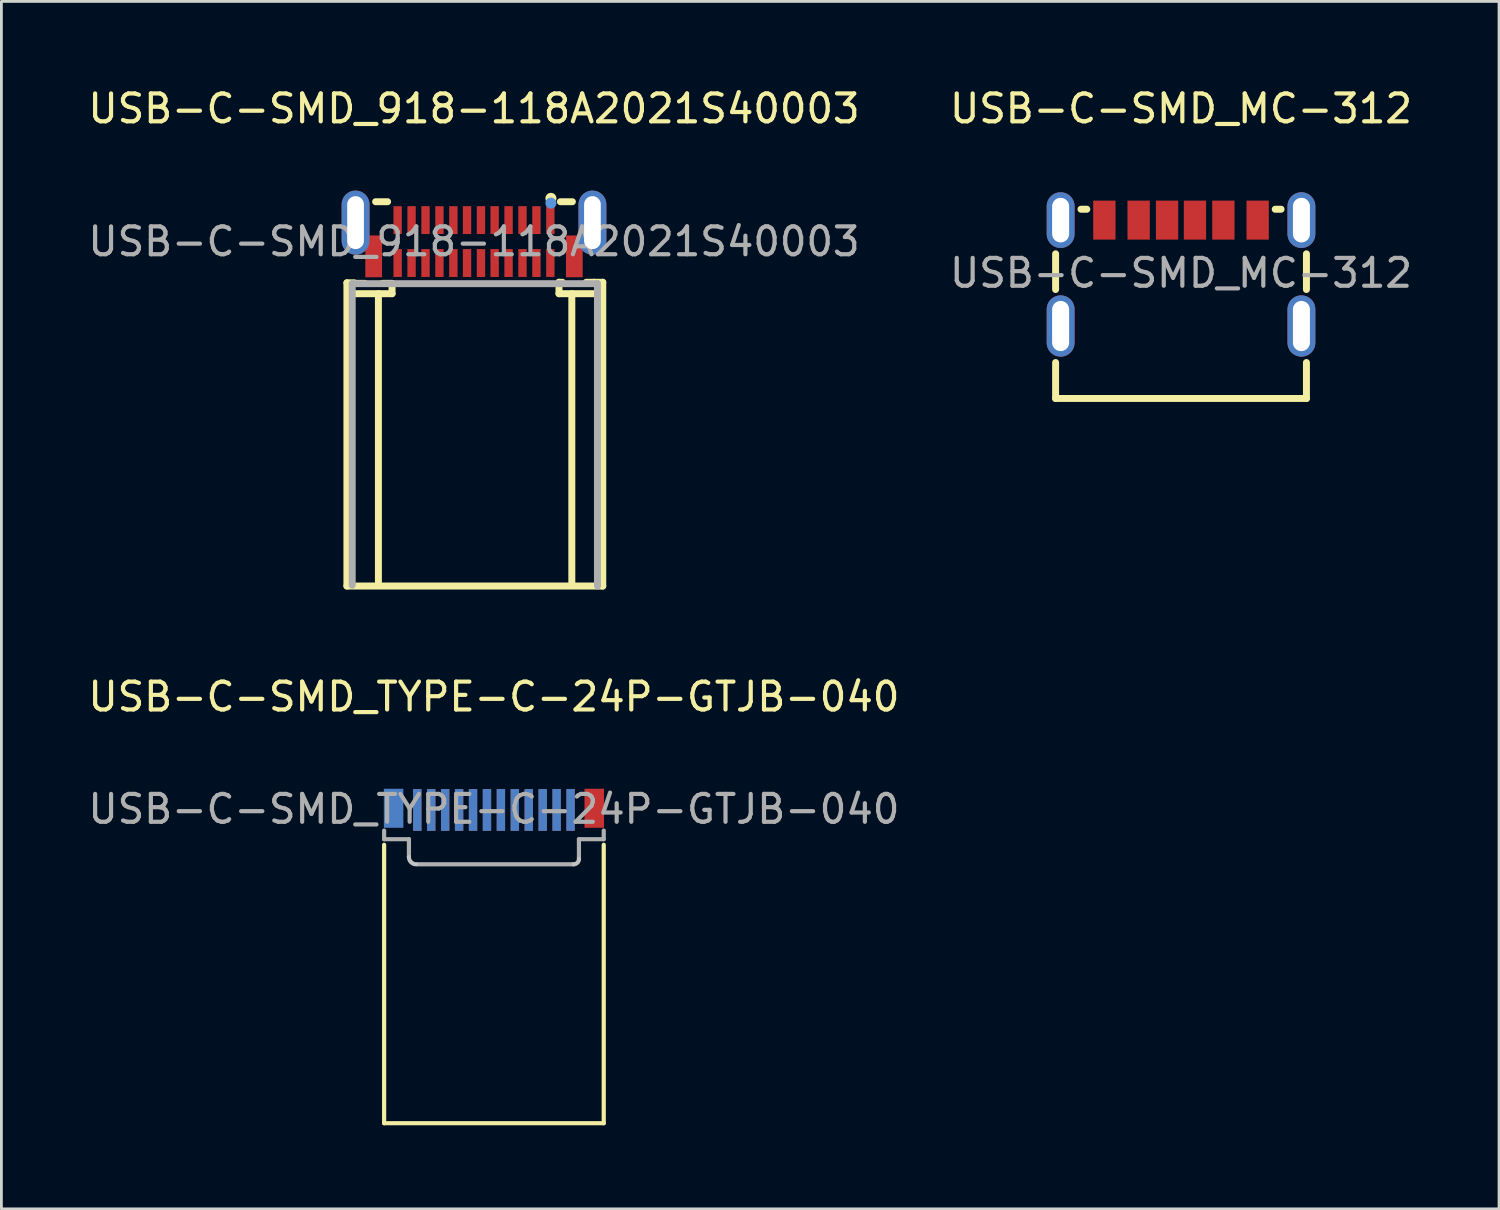
<source format=kicad_pcb>
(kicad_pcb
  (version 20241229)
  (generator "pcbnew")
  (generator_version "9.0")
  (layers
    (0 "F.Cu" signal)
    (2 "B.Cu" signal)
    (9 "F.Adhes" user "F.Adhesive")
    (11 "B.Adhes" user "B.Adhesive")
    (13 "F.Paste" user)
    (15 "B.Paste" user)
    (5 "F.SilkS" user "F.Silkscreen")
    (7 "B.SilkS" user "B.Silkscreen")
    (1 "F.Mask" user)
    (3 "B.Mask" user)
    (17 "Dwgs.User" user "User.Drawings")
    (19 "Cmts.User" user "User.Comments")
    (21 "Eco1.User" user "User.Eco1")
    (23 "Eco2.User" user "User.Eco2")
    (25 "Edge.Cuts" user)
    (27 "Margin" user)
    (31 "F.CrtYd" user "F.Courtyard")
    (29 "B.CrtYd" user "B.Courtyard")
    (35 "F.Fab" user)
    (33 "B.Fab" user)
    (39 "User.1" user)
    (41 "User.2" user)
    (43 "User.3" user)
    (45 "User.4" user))
  (footprint "USB-C-SMD_918-118A2021S40003"
    (layer "F.Cu")
    (at 13.958 5.618)
    (property "Reference" "USB-C-SMD_918-118A2021S40003" (at 0 -4.77 0) (layer "F.SilkS") (effects (font (size 1 1) (thickness 0.15))))
    (attr smd)
    (fp_line (start -4.56 1.48) (end -4.3 1.48) (stroke (width 0.25) (type solid)) (layer "F.SilkS"))
    (fp_line (start -4.56 12.36) (end -4.56 1.48) (stroke (width 0.25) (type solid)) (layer "F.SilkS"))
    (fp_line (start -4.3 1.5) (end -3.92 1.5) (stroke (width 0.25) (type solid)) (layer "F.SilkS"))
    (fp_line (start -3.53 -1.43) (end -3.1 -1.43) (stroke (width 0.25) (type solid)) (layer "F.SilkS"))
    (fp_line (start -3.43 1.87) (end -3.43 12.32) (stroke (width 0.25) (type solid)) (layer "F.SilkS"))
    (fp_line (start -3.28 1.5) (end -2.94 1.5) (stroke (width 0.25) (type solid)) (layer "F.SilkS"))
    (fp_line (start -2.94 1.5) (end -2.94 1.87) (stroke (width 0.25) (type solid)) (layer "F.SilkS"))
    (fp_line (start -2.94 1.87) (end -4.3 1.87) (stroke (width 0.25) (type solid)) (layer "F.SilkS"))
    (fp_line (start 3.05 1.46) (end 3.05 1.87) (stroke (width 0.25) (type solid)) (layer "F.SilkS"))
    (fp_line (start 3.05 1.87) (end 4.3 1.87) (stroke (width 0.25) (type solid)) (layer "F.SilkS"))
    (fp_line (start 3.1 -1.43) (end 3.53 -1.43) (stroke (width 0.25) (type solid)) (layer "F.SilkS"))
    (fp_line (start 3.17 1.46) (end 3.05 1.46) (stroke (width 0.25) (type solid)) (layer "F.SilkS"))
    (fp_line (start 3.51 1.87) (end 3.51 12.32) (stroke (width 0.25) (type solid)) (layer "F.SilkS"))
    (fp_line (start 4.3 1.46) (end 4.03 1.46) (stroke (width 0.25) (type solid)) (layer "F.SilkS"))
    (fp_line (start 4.3 1.46) (end 4.62 1.46) (stroke (width 0.25) (type solid)) (layer "F.SilkS"))
    (fp_line (start 4.62 1.46) (end 4.62 12.36) (stroke (width 0.25) (type solid)) (layer "F.SilkS"))
    (fp_line (start 4.62 12.36) (end -4.56 12.36) (stroke (width 0.25) (type solid)) (layer "F.SilkS"))
    (fp_circle (center 2.76 -1.55) (end 2.86 -1.55) (stroke (width 0.2) (type solid)) (fill no) (layer "F.SilkS"))
    (fp_circle (center 2.76 -1.38) (end 2.86 -1.38) (stroke (width 0.2) (type solid)) (fill no) (layer "Cmts.User"))
    (fp_line (start -4.37 1.51) (end -4.37 12.33) (stroke (width 0.25) (type solid)) (layer "F.Fab"))
    (fp_line (start 4.43 1.51) (end -4.37 1.51) (stroke (width 0.25) (type solid)) (layer "F.Fab"))
    (fp_line (start 4.43 1.51) (end 4.43 12.36) (stroke (width 0.25) (type solid)) (layer "F.Fab"))
    (fp_circle (center 4.4 -1.47) (end 4.43 -1.47) (stroke (width 0.06) (type solid)) (fill no) (layer "F.Fab"))
    (fp_text user "${REFERENCE}" (at 0 0 0) (layer "F.Fab") (effects (font (size 1 1) (thickness 0.15))))
    (pad "1" thru_hole oval (at 4.25 -0.68) (size 1 2.3) (drill oval 0.6 1.9) (layers "*.Cu" "*.Mask"))
    (pad "2" smd rect (at 3.6 0.53) (size 0.6 1.5) (layers "F.Cu" "F.Mask" "F.Paste"))
    (pad "3" smd rect (at -3.6 0.53) (size 0.6 1.5) (layers "F.Cu" "F.Mask" "F.Paste"))
    (pad "4" thru_hole oval (at -4.25 -0.68) (size 1 2.3) (drill oval 0.6 1.9) (layers "*.Cu" "*.Mask"))
    (pad "A1" smd rect (at 2.74 -0.77) (size 0.3 1) (layers "F.Cu" "F.Mask" "F.Paste"))
    (pad "A2" smd rect (at 2.24 -0.77) (size 0.3 1) (layers "F.Cu" "F.Mask" "F.Paste"))
    (pad "A3" smd rect (at 1.74 -0.77) (size 0.3 1) (layers "F.Cu" "F.Mask" "F.Paste"))
    (pad "A4" smd rect (at 1.24 -0.77) (size 0.3 1) (layers "F.Cu" "F.Mask" "F.Paste"))
    (pad "A5" smd rect (at 0.74 -0.77) (size 0.3 1) (layers "F.Cu" "F.Mask" "F.Paste"))
    (pad "A6" smd rect (at 0.25 -0.77) (size 0.3 1) (layers "F.Cu" "F.Mask" "F.Paste"))
    (pad "A7" smd rect (at -0.25 -0.77) (size 0.3 1) (layers "F.Cu" "F.Mask" "F.Paste"))
    (pad "A8" smd rect (at -0.74 -0.77) (size 0.3 1) (layers "F.Cu" "F.Mask" "F.Paste"))
    (pad "A9" smd rect (at -1.24 -0.77) (size 0.3 1) (layers "F.Cu" "F.Mask" "F.Paste"))
    (pad "A10" smd rect (at -1.74 -0.77) (size 0.3 1) (layers "F.Cu" "F.Mask" "F.Paste"))
    (pad "A11" smd rect (at -2.24 -0.77) (size 0.3 1) (layers "F.Cu" "F.Mask" "F.Paste"))
    (pad "A12" smd rect (at -2.74 -0.77) (size 0.3 1) (layers "F.Cu" "F.Mask" "F.Paste"))
    (pad "B1" smd rect (at -2.74 0.77 180) (size 0.3 1) (layers "F.Cu" "F.Mask" "F.Paste"))
    (pad "B2" smd rect (at -2.24 0.77 180) (size 0.3 1) (layers "F.Cu" "F.Mask" "F.Paste"))
    (pad "B3" smd rect (at -1.74 0.77 180) (size 0.3 1) (layers "F.Cu" "F.Mask" "F.Paste"))
    (pad "B4" smd rect (at -1.24 0.77 180) (size 0.3 1) (layers "F.Cu" "F.Mask" "F.Paste"))
    (pad "B5" smd rect (at -0.74 0.77 180) (size 0.3 1) (layers "F.Cu" "F.Mask" "F.Paste"))
    (pad "B6" smd rect (at -0.25 0.77 180) (size 0.3 1) (layers "F.Cu" "F.Mask" "F.Paste"))
    (pad "B7" smd rect (at 0.25 0.77 180) (size 0.3 1) (layers "F.Cu" "F.Mask" "F.Paste"))
    (pad "B8" smd rect (at 0.74 0.77 180) (size 0.3 1) (layers "F.Cu" "F.Mask" "F.Paste"))
    (pad "B9" smd rect (at 1.24 0.77 180) (size 0.3 1) (layers "F.Cu" "F.Mask" "F.Paste"))
    (pad "B10" smd rect (at 1.74 0.77 180) (size 0.3 1) (layers "F.Cu" "F.Mask" "F.Paste"))
    (pad "B11" smd rect (at 2.24 0.77 180) (size 0.3 1) (layers "F.Cu" "F.Mask" "F.Paste"))
    (pad "B12" smd rect (at 2.74 0.77 180) (size 0.3 1) (layers "F.Cu" "F.Mask" "F.Paste")))
  (footprint "USB-C-SMD_TYPE-C-24P-GTJB-040"
    (layer "F.Cu")
    (at 14.673 25.982)
    (property "Reference" "USB-C-SMD_TYPE-C-24P-GTJB-040" (at 0 -4.03 0) (layer "F.SilkS") (effects (font (size 1 1) (thickness 0.15))))
    (attr through_hole)
    (fp_line (start -3.94 1.28) (end -3.94 11.27) (stroke (width 0.15) (type solid)) (layer "F.SilkS"))
    (fp_line (start -3.94 11.27) (end 3.94 11.27) (stroke (width 0.15) (type solid)) (layer "F.SilkS"))
    (fp_line (start 3.94 1.28) (end 3.94 11.27) (stroke (width 0.15) (type solid)) (layer "F.SilkS"))
    (fp_arc (start -2.79 1.98) (mid -2.973847 1.903848) (end -3.05 1.72) (stroke (width 0.15) (type solid)) (layer "Dwgs.User"))
    (fp_arc (start 3.05 1.79) (mid 2.994351 1.924351) (end 2.86 1.98) (stroke (width 0.15) (type solid)) (layer "Dwgs.User"))
    (fp_line (start -3.94 1.08) (end -3.94 0.77) (stroke (width 0.15) (type solid)) (layer "F.Fab"))
    (fp_line (start -3.05 1.08) (end -3.94 1.08) (stroke (width 0.15) (type solid)) (layer "F.Fab"))
    (fp_line (start -3.05 1.08) (end -3.05 1.71) (stroke (width 0.15) (type solid)) (layer "F.Fab"))
    (fp_line (start -3.05 1.71) (end -3.05 1.72) (stroke (width 0.15) (type solid)) (layer "F.Fab"))
    (fp_line (start -2.74 1.98) (end 2.86 1.98) (stroke (width 0.15) (type solid)) (layer "F.Fab"))
    (fp_line (start 3.05 1.08) (end 3.94 1.08) (stroke (width 0.15) (type solid)) (layer "F.Fab"))
    (fp_line (start 3.05 1.79) (end 3.05 1.08) (stroke (width 0.15) (type solid)) (layer "F.Fab"))
    (fp_line (start 3.94 1.08) (end 3.94 0.77) (stroke (width 0.15) (type solid)) (layer "F.Fab"))
    (fp_text user "${REFERENCE}" (at 0 0 0) (layer "F.Fab") (effects (font (size 1 1) (thickness 0.15))))
    (pad "" smd rect (at -0.25 0.03) (size 0.3 1.5) (layers "B.Cu" "B.Mask" "B.Paste"))
    (pad "" smd rect (at 0.25 0.03) (size 0.3 1.5) (layers "B.Cu" "B.Mask" "B.Paste"))
    (pad "A1" smd rect (at -2.75 0.03) (size 0.3 1.5) (layers "B.Cu" "B.Mask" "B.Paste"))
    (pad "A1" smd rect (at 2.75 0.03) (size 0.3 1.5) (layers "F.Cu" "F.Mask" "F.Paste"))
    (pad "A1" smd rect (at 2.75 0.03) (size 0.3 1.5) (layers "B.Cu" "B.Mask" "B.Paste"))
    (pad "A2" smd rect (at 2.25 0.03) (size 0.3 1.5) (layers "F.Cu" "F.Mask" "F.Paste"))
    (pad "A3" smd rect (at 1.75 0.03) (size 0.3 1.5) (layers "F.Cu" "F.Mask" "F.Paste"))
    (pad "A4" smd rect (at 1.25 0.03) (size 0.3 1.5) (layers "F.Cu" "F.Mask" "F.Paste"))
    (pad "A5" smd rect (at 0.75 0.03) (size 0.3 1.5) (layers "F.Cu" "F.Mask" "F.Paste"))
    (pad "A6" smd rect (at 0.25 0.03) (size 0.3 1.5) (layers "F.Cu" "F.Mask" "F.Paste"))
    (pad "A7" smd rect (at -0.25 0.03) (size 0.3 1.5) (layers "F.Cu" "F.Mask" "F.Paste"))
    (pad "A8" smd rect (at -0.75 0.03) (size 0.3 1.5) (layers "F.Cu" "F.Mask" "F.Paste"))
    (pad "A9" smd rect (at -1.25 0.03) (size 0.3 1.5) (layers "F.Cu" "F.Mask" "F.Paste"))
    (pad "A10" smd rect (at -1.75 0.03) (size 0.3 1.5) (layers "F.Cu" "F.Mask" "F.Paste"))
    (pad "A11" smd rect (at -2.25 0.03) (size 0.3 1.5) (layers "F.Cu" "F.Mask" "F.Paste"))
    (pad "A12" smd rect (at -2.75 0.03) (size 0.3 1.5) (layers "F.Cu" "F.Mask" "F.Paste"))
    (pad "B2" smd rect (at -2.25 0.03) (size 0.3 1.5) (layers "B.Cu" "B.Mask" "B.Paste"))
    (pad "B3" smd rect (at -1.75 0.03) (size 0.3 1.5) (layers "B.Cu" "B.Mask" "B.Paste"))
    (pad "B4" smd rect (at -1.25 0.03) (size 0.3 1.5) (layers "B.Cu" "B.Mask" "B.Paste"))
    (pad "B5" smd rect (at -0.75 0.03) (size 0.3 1.5) (layers "B.Cu" "B.Mask" "B.Paste"))
    (pad "B8" smd rect (at 0.75 0.03) (size 0.3 1.5) (layers "B.Cu" "B.Mask" "B.Paste"))
    (pad "B9" smd rect (at 1.25 0.03) (size 0.3 1.5) (layers "B.Cu" "B.Mask" "B.Paste"))
    (pad "B10" smd rect (at 1.75 0.03) (size 0.3 1.5) (layers "B.Cu" "B.Mask" "B.Paste"))
    (pad "B11" smd rect (at 2.25 0.03) (size 0.3 1.5) (layers "B.Cu" "B.Mask" "B.Paste"))
    (pad "S1" smd rect (at -3.6 -0.03) (size 0.7 1.4) (layers "B.Cu" "B.Mask" "B.Paste"))
    (pad "S1" smd rect (at 3.6 -0.03) (size 0.7 1.4) (layers "F.Cu" "F.Mask" "F.Paste")))
  (footprint "USB-C-SMD_MC-312"
    (layer "F.Cu")
    (at 39.327 6.748)
    (property "Reference" "USB-C-SMD_MC-312" (at 0 -5.9 0) (layer "F.SilkS") (effects (font (size 1 1) (thickness 0.15))))
    (attr smd)
    (fp_line (start -4.5 0.59) (end -4.5 -0.69) (stroke (width 0.25) (type solid)) (layer "F.SilkS"))
    (fp_line (start -4.5 4.5) (end -4.5 3.21) (stroke (width 0.25) (type solid)) (layer "F.SilkS"))
    (fp_line (start -4.5 4.5) (end 4.5 4.5) (stroke (width 0.25) (type solid)) (layer "F.SilkS"))
    (fp_line (start -3.59 -2.29) (end -3.38 -2.29) (stroke (width 0.25) (type solid)) (layer "F.SilkS"))
    (fp_line (start 3.59 -2.29) (end 3.38 -2.29) (stroke (width 0.25) (type solid)) (layer "F.SilkS"))
    (fp_line (start 4.5 0.59) (end 4.5 -0.69) (stroke (width 0.25) (type solid)) (layer "F.SilkS"))
    (fp_line (start 4.5 4.5) (end 4.5 3.21) (stroke (width 0.25) (type solid)) (layer "F.SilkS"))
    (fp_circle (center -4.56 -2.4) (end -4.53 -2.4) (stroke (width 0.06) (type solid)) (fill no) (layer "F.Fab"))
    (fp_text user "${REFERENCE}" (at 0 0 0) (layer "F.Fab") (effects (font (size 1 1) (thickness 0.15))))
    (pad "0" thru_hole oval (at -4.32 -1.9) (size 1 2) (drill oval 0.61 1.6) (layers "*.Cu" "*.Mask"))
    (pad "0" thru_hole oval (at -4.32 1.9) (size 1 2.2) (drill oval 0.61 1.8) (layers "*.Cu" "*.Mask"))
    (pad "0" thru_hole oval (at 4.32 -1.9) (size 1 2) (drill oval 0.61 1.6) (layers "*.Cu" "*.Mask"))
    (pad "0" thru_hole oval (at 4.32 1.9) (size 1 2.2) (drill oval 0.61 1.8) (layers "*.Cu" "*.Mask"))
    (pad "A5" smd rect (at -0.5 -1.9) (size 0.8 1.4) (layers "F.Cu" "F.Mask" "F.Paste"))
    (pad "A9" smd rect (at 1.52 -1.9) (size 0.8 1.4) (layers "F.Cu" "F.Mask" "F.Paste"))
    (pad "A12" smd rect (at 2.75 -1.9) (size 0.8 1.4) (layers "F.Cu" "F.Mask" "F.Paste"))
    (pad "B5" smd rect (at 0.5 -1.9) (size 0.8 1.4) (layers "F.Cu" "F.Mask" "F.Paste"))
    (pad "B9" smd rect (at -1.52 -1.9) (size 0.8 1.4) (layers "F.Cu" "F.Mask" "F.Paste"))
    (pad "B12" smd rect (at -2.75 -1.9) (size 0.8 1.4) (layers "F.Cu" "F.Mask" "F.Paste")))
  (gr_rect
    (start -3 -3)
    (end 50.738 40.327)
    (stroke (width 0.1) (type default))
    (fill no)
    (layer "Edge.Cuts")))
</source>
